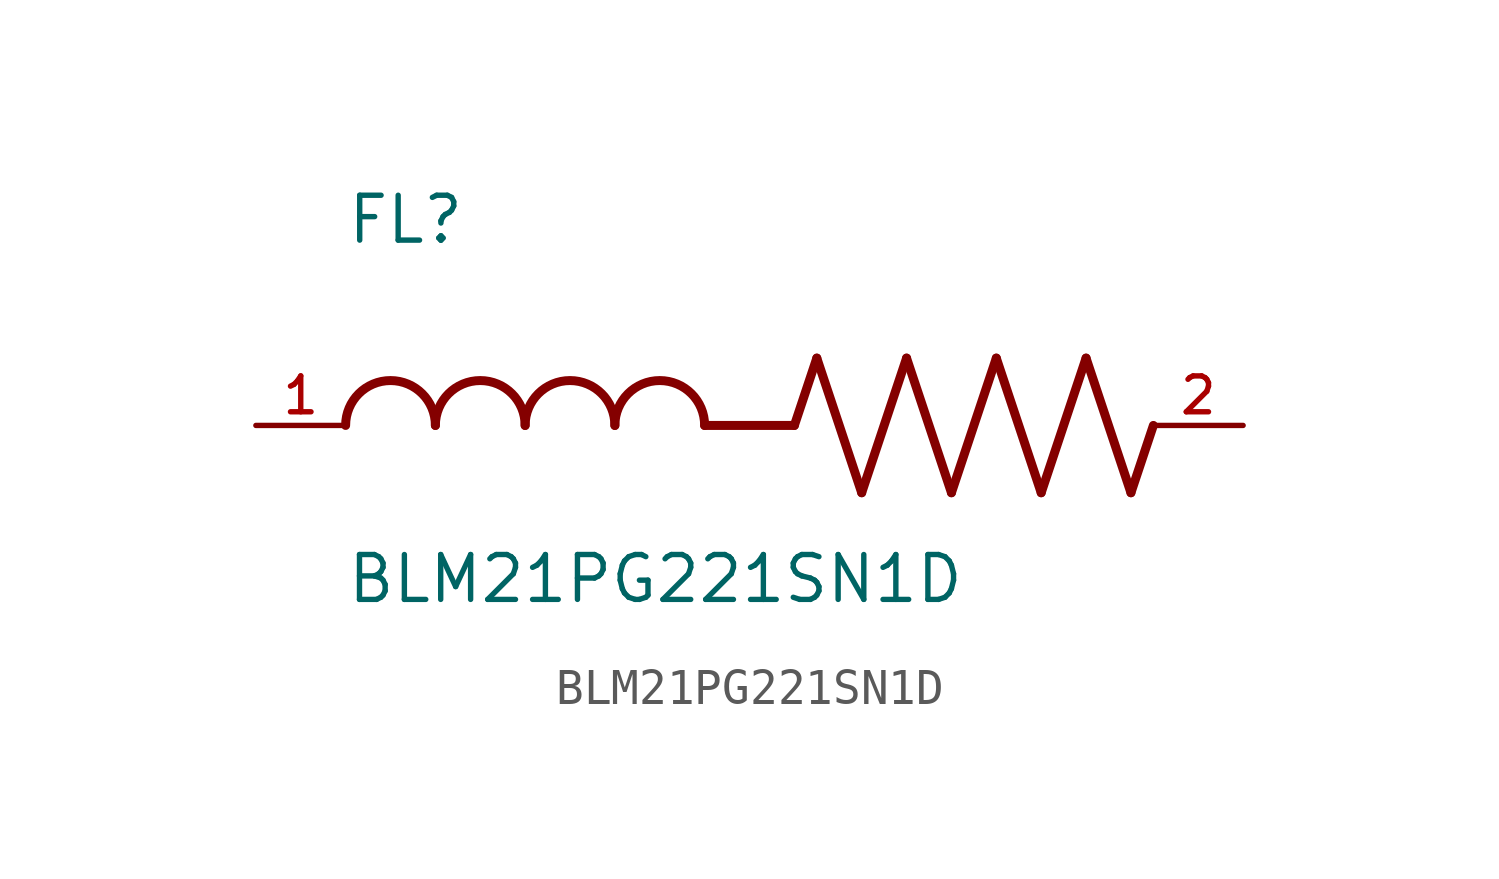
<source format=kicad_sym>
(kicad_symbol_lib
  (version 20211014)
  (generator kicad_symbol_editor)
  (symbol "BLM21PG221SN1D"
    (pin_names
      (offset 1.016))
    (property "Reference" "FL"
      (at -12.704 5.081 0)
      (effects (font (size 1.27 1.27)) (justify bottom left)))
    (property "Value" "BLM21PG221SN1D"
      (at -12.71 -5.087 0)
      (effects (font (size 1.27 1.27)) (justify bottom left)))
    (symbol "BLM21PG221SN1D_0_0"
      (polyline (pts (xy 0.0 0.0) (xy 0.635 1.905)) (stroke (width 0.254)))
      (polyline (pts (xy 0.635 1.905) (xy 1.905 -1.905)) (stroke (width 0.254)))
      (polyline (pts (xy 1.905 -1.905) (xy 3.175 1.905)) (stroke (width 0.254)))
      (polyline (pts (xy 3.175 1.905) (xy 4.445 -1.905)) (stroke (width 0.254)))
      (polyline (pts (xy 4.445 -1.905) (xy 5.715 1.905)) (stroke (width 0.254)))
      (polyline (pts (xy 5.715 1.905) (xy 6.985 -1.905)) (stroke (width 0.254)))
      (polyline (pts (xy 6.985 -1.905) (xy 8.255 1.905)) (stroke (width 0.254)))
      (polyline (pts (xy 8.255 1.905) (xy 9.525 -1.905)) (stroke (width 0.254)))
      (polyline (pts (xy 9.525 -1.905) (xy 10.16 0.0)) (stroke (width 0.254)))
      (arc (start -10.16 0.0) (mid -11.43 1.27) (end -12.7 0.0) (stroke (width 0.254) (type default) (color 0 0 0 0)) (fill (type none)))
      (arc (start -7.62 0.0) (mid -8.89 1.27) (end -10.16 0.0) (stroke (width 0.254) (type default) (color 0 0 0 0)) (fill (type none)))
      (arc (start -5.08 0.0) (mid -6.35 1.27) (end -7.62 0.0) (stroke (width 0.254) (type default) (color 0 0 0 0)) (fill (type none)))
      (arc (start -2.54 0.0) (mid -3.81 1.27) (end -5.08 0.0) (stroke (width 0.254) (type default) (color 0 0 0 0)) (fill (type none)))
      (polyline (pts (xy 0.0 0.0) (xy -2.54 0.0)) (stroke (width 0.254)))
      (pin passive line (at 12.7 0.0 180.0) (length 2.54) (name "~" (effects (font (size 1.016 1.016)))) (number "2" (effects (font (size 1.016 1.016)))))
      (pin passive line (at -15.24 0.0 0) (length 2.54) (name "~" (effects (font (size 1.016 1.016)))) (number "1" (effects (font (size 1.016 1.016))))))))
</source>
